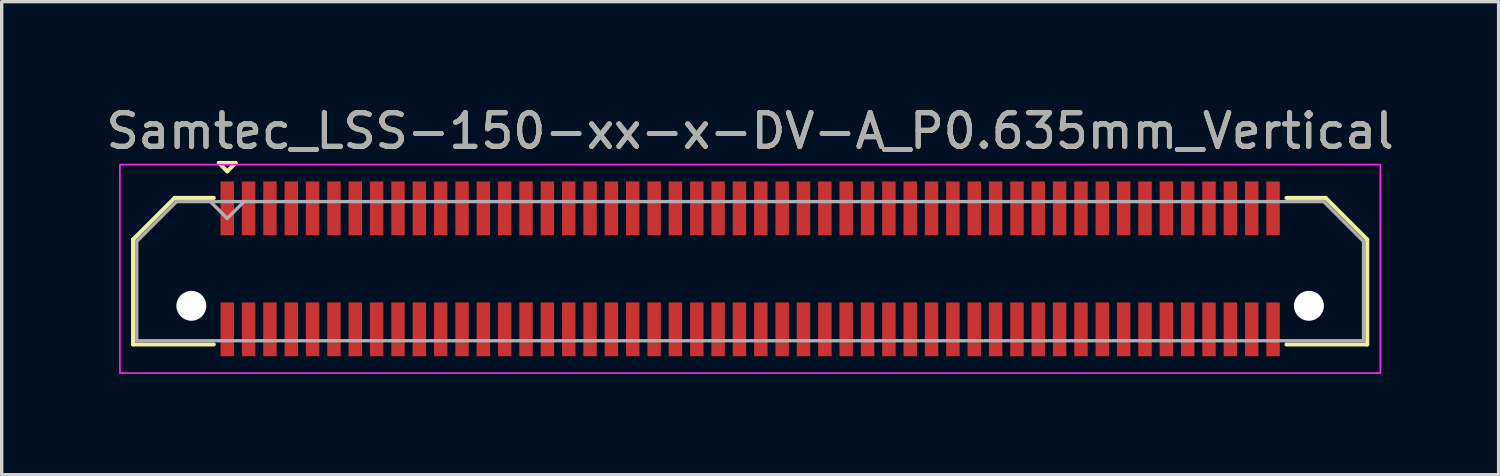
<source format=kicad_pcb>
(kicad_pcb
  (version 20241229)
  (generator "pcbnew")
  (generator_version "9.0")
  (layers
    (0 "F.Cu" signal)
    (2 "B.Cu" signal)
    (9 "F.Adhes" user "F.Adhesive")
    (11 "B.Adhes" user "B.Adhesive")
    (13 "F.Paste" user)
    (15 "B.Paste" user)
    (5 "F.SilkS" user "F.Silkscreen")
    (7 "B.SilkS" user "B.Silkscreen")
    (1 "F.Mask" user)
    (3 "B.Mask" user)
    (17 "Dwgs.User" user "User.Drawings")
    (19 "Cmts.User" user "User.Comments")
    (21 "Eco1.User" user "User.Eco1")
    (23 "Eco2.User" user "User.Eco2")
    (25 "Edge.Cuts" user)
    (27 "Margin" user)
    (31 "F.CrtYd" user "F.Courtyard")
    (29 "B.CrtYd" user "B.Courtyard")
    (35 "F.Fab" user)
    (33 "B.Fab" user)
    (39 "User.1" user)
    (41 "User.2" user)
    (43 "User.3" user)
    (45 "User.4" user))
  (footprint "Samtec_LSS-150-xx-x-DV-A_P0.635mm_Vertical"
    (layer "F.Cu")
    (at 19.268 4.948)
    (property "Reference" "Samtec_LSS-150-xx-x-DV-A_P0.635mm_Vertical" (at 0 -4.1 0) (layer "F.SilkS") (effects (font (size 1 1) (thickness 0.15))))
    (attr smd)
    (fp_line (start -18.36 -0.872) (end -18.36 2.25) (stroke (width 0.12) (type solid)) (layer "F.SilkS"))
    (fp_line (start -18.36 2.25) (end -15.957 2.25) (stroke (width 0.12) (type solid)) (layer "F.SilkS"))
    (fp_line (start -17.122 -2.11) (end -18.36 -0.872) (stroke (width 0.12) (type solid)) (layer "F.SilkS"))
    (fp_line (start -15.957 -2.11) (end -17.122 -2.11) (stroke (width 0.12) (type solid)) (layer "F.SilkS"))
    (fp_line (start -15.807 -3.15) (end -15.307 -3.15) (stroke (width 0.12) (type solid)) (layer "F.SilkS"))
    (fp_line (start -15.557 -2.9) (end -15.807 -3.15) (stroke (width 0.12) (type solid)) (layer "F.SilkS"))
    (fp_line (start -15.307 -3.15) (end -15.557 -2.9) (stroke (width 0.12) (type solid)) (layer "F.SilkS"))
    (fp_line (start 15.957 -2.11) (end 17.122 -2.11) (stroke (width 0.12) (type solid)) (layer "F.SilkS"))
    (fp_line (start 17.122 -2.11) (end 18.36 -0.872) (stroke (width 0.12) (type solid)) (layer "F.SilkS"))
    (fp_line (start 18.36 -0.872) (end 18.36 2.25) (stroke (width 0.12) (type solid)) (layer "F.SilkS"))
    (fp_line (start 18.36 2.25) (end 15.957 2.25) (stroke (width 0.12) (type solid)) (layer "F.SilkS"))
    (fp_line (start -18.75 -3.1) (end -18.75 3.1) (stroke (width 0.05) (type solid)) (layer "F.CrtYd"))
    (fp_line (start -18.75 3.1) (end 18.75 3.1) (stroke (width 0.05) (type solid)) (layer "F.CrtYd"))
    (fp_line (start 18.75 -3.1) (end -18.75 -3.1) (stroke (width 0.05) (type solid)) (layer "F.CrtYd"))
    (fp_line (start 18.75 3.1) (end 18.75 -3.1) (stroke (width 0.05) (type solid)) (layer "F.CrtYd"))
    (fp_line (start -18.25 -0.817) (end -18.25 2.14) (stroke (width 0.1) (type solid)) (layer "F.Fab"))
    (fp_line (start -18.25 2.14) (end 18.25 2.14) (stroke (width 0.1) (type solid)) (layer "F.Fab"))
    (fp_line (start -17.067 -2) (end -18.25 -0.817) (stroke (width 0.1) (type solid)) (layer "F.Fab"))
    (fp_line (start -15.557 -1.5) (end -16.058 -2) (stroke (width 0.1) (type solid)) (layer "F.Fab"))
    (fp_line (start -15.057 -2) (end -15.557 -1.5) (stroke (width 0.1) (type solid)) (layer "F.Fab"))
    (fp_line (start 17.067 -2) (end -17.067 -2) (stroke (width 0.1) (type solid)) (layer "F.Fab"))
    (fp_line (start 18.25 -0.817) (end 17.067 -2) (stroke (width 0.1) (type solid)) (layer "F.Fab"))
    (fp_line (start 18.25 2.14) (end 18.25 -0.817) (stroke (width 0.1) (type solid)) (layer "F.Fab"))
    (fp_text user "${REFERENCE}" (at 0 -4.1 0) (layer "F.Fab") (effects (font (size 1 1) (thickness 0.15))))
    (pad "" np_thru_hole circle (at -16.625 1.1) (size 0.89 0.89) (drill 0.89) (layers "*.Cu" "*.Mask"))
    (pad "" np_thru_hole circle (at 16.625 1.1) (size 0.89 0.89) (drill 0.89) (layers "*.Cu" "*.Mask"))
    (pad "1" smd rect (at -15.557 -1.8) (size 0.4 1.6) (layers "F.Cu" "F.Mask" "F.Paste"))
    (pad "2" smd rect (at -15.557 1.8) (size 0.4 1.6) (layers "F.Cu" "F.Mask" "F.Paste"))
    (pad "3" smd rect (at -14.922 -1.8) (size 0.4 1.6) (layers "F.Cu" "F.Mask" "F.Paste"))
    (pad "4" smd rect (at -14.922 1.8) (size 0.4 1.6) (layers "F.Cu" "F.Mask" "F.Paste"))
    (pad "5" smd rect (at -14.287 -1.8) (size 0.4 1.6) (layers "F.Cu" "F.Mask" "F.Paste"))
    (pad "6" smd rect (at -14.287 1.8) (size 0.4 1.6) (layers "F.Cu" "F.Mask" "F.Paste"))
    (pad "7" smd rect (at -13.652 -1.8) (size 0.4 1.6) (layers "F.Cu" "F.Mask" "F.Paste"))
    (pad "8" smd rect (at -13.652 1.8) (size 0.4 1.6) (layers "F.Cu" "F.Mask" "F.Paste"))
    (pad "9" smd rect (at -13.018 -1.8) (size 0.4 1.6) (layers "F.Cu" "F.Mask" "F.Paste"))
    (pad "10" smd rect (at -13.018 1.8) (size 0.4 1.6) (layers "F.Cu" "F.Mask" "F.Paste"))
    (pad "11" smd rect (at -12.383 -1.8) (size 0.4 1.6) (layers "F.Cu" "F.Mask" "F.Paste"))
    (pad "12" smd rect (at -12.383 1.8) (size 0.4 1.6) (layers "F.Cu" "F.Mask" "F.Paste"))
    (pad "13" smd rect (at -11.748 -1.8) (size 0.4 1.6) (layers "F.Cu" "F.Mask" "F.Paste"))
    (pad "14" smd rect (at -11.748 1.8) (size 0.4 1.6) (layers "F.Cu" "F.Mask" "F.Paste"))
    (pad "15" smd rect (at -11.113 -1.8) (size 0.4 1.6) (layers "F.Cu" "F.Mask" "F.Paste"))
    (pad "16" smd rect (at -11.113 1.8) (size 0.4 1.6) (layers "F.Cu" "F.Mask" "F.Paste"))
    (pad "17" smd rect (at -10.477 -1.8) (size 0.4 1.6) (layers "F.Cu" "F.Mask" "F.Paste"))
    (pad "18" smd rect (at -10.477 1.8) (size 0.4 1.6) (layers "F.Cu" "F.Mask" "F.Paste"))
    (pad "19" smd rect (at -9.842 -1.8) (size 0.4 1.6) (layers "F.Cu" "F.Mask" "F.Paste"))
    (pad "20" smd rect (at -9.842 1.8) (size 0.4 1.6) (layers "F.Cu" "F.Mask" "F.Paste"))
    (pad "21" smd rect (at -9.207 -1.8) (size 0.4 1.6) (layers "F.Cu" "F.Mask" "F.Paste"))
    (pad "22" smd rect (at -9.207 1.8) (size 0.4 1.6) (layers "F.Cu" "F.Mask" "F.Paste"))
    (pad "23" smd rect (at -8.572 -1.8) (size 0.4 1.6) (layers "F.Cu" "F.Mask" "F.Paste"))
    (pad "24" smd rect (at -8.572 1.8) (size 0.4 1.6) (layers "F.Cu" "F.Mask" "F.Paste"))
    (pad "25" smd rect (at -7.938 -1.8) (size 0.4 1.6) (layers "F.Cu" "F.Mask" "F.Paste"))
    (pad "26" smd rect (at -7.938 1.8) (size 0.4 1.6) (layers "F.Cu" "F.Mask" "F.Paste"))
    (pad "27" smd rect (at -7.303 -1.8) (size 0.4 1.6) (layers "F.Cu" "F.Mask" "F.Paste"))
    (pad "28" smd rect (at -7.303 1.8) (size 0.4 1.6) (layers "F.Cu" "F.Mask" "F.Paste"))
    (pad "29" smd rect (at -6.668 -1.8) (size 0.4 1.6) (layers "F.Cu" "F.Mask" "F.Paste"))
    (pad "30" smd rect (at -6.668 1.8) (size 0.4 1.6) (layers "F.Cu" "F.Mask" "F.Paste"))
    (pad "31" smd rect (at -6.032 -1.8) (size 0.4 1.6) (layers "F.Cu" "F.Mask" "F.Paste"))
    (pad "32" smd rect (at -6.032 1.8) (size 0.4 1.6) (layers "F.Cu" "F.Mask" "F.Paste"))
    (pad "33" smd rect (at -5.397 -1.8) (size 0.4 1.6) (layers "F.Cu" "F.Mask" "F.Paste"))
    (pad "34" smd rect (at -5.397 1.8) (size 0.4 1.6) (layers "F.Cu" "F.Mask" "F.Paste"))
    (pad "35" smd rect (at -4.763 -1.8) (size 0.4 1.6) (layers "F.Cu" "F.Mask" "F.Paste"))
    (pad "36" smd rect (at -4.763 1.8) (size 0.4 1.6) (layers "F.Cu" "F.Mask" "F.Paste"))
    (pad "37" smd rect (at -4.128 -1.8) (size 0.4 1.6) (layers "F.Cu" "F.Mask" "F.Paste"))
    (pad "38" smd rect (at -4.128 1.8) (size 0.4 1.6) (layers "F.Cu" "F.Mask" "F.Paste"))
    (pad "39" smd rect (at -3.493 -1.8) (size 0.4 1.6) (layers "F.Cu" "F.Mask" "F.Paste"))
    (pad "40" smd rect (at -3.493 1.8) (size 0.4 1.6) (layers "F.Cu" "F.Mask" "F.Paste"))
    (pad "41" smd rect (at -2.857 -1.8) (size 0.4 1.6) (layers "F.Cu" "F.Mask" "F.Paste"))
    (pad "42" smd rect (at -2.857 1.8) (size 0.4 1.6) (layers "F.Cu" "F.Mask" "F.Paste"))
    (pad "43" smd rect (at -2.223 -1.8) (size 0.4 1.6) (layers "F.Cu" "F.Mask" "F.Paste"))
    (pad "44" smd rect (at -2.223 1.8) (size 0.4 1.6) (layers "F.Cu" "F.Mask" "F.Paste"))
    (pad "45" smd rect (at -1.587 -1.8) (size 0.4 1.6) (layers "F.Cu" "F.Mask" "F.Paste"))
    (pad "46" smd rect (at -1.587 1.8) (size 0.4 1.6) (layers "F.Cu" "F.Mask" "F.Paste"))
    (pad "47" smd rect (at -0.953 -1.8) (size 0.4 1.6) (layers "F.Cu" "F.Mask" "F.Paste"))
    (pad "48" smd rect (at -0.953 1.8) (size 0.4 1.6) (layers "F.Cu" "F.Mask" "F.Paste"))
    (pad "49" smd rect (at -0.318 -1.8) (size 0.4 1.6) (layers "F.Cu" "F.Mask" "F.Paste"))
    (pad "50" smd rect (at -0.318 1.8) (size 0.4 1.6) (layers "F.Cu" "F.Mask" "F.Paste"))
    (pad "51" smd rect (at 0.318 -1.8) (size 0.4 1.6) (layers "F.Cu" "F.Mask" "F.Paste"))
    (pad "52" smd rect (at 0.318 1.8) (size 0.4 1.6) (layers "F.Cu" "F.Mask" "F.Paste"))
    (pad "53" smd rect (at 0.953 -1.8) (size 0.4 1.6) (layers "F.Cu" "F.Mask" "F.Paste"))
    (pad "54" smd rect (at 0.953 1.8) (size 0.4 1.6) (layers "F.Cu" "F.Mask" "F.Paste"))
    (pad "55" smd rect (at 1.587 -1.8) (size 0.4 1.6) (layers "F.Cu" "F.Mask" "F.Paste"))
    (pad "56" smd rect (at 1.587 1.8) (size 0.4 1.6) (layers "F.Cu" "F.Mask" "F.Paste"))
    (pad "57" smd rect (at 2.223 -1.8) (size 0.4 1.6) (layers "F.Cu" "F.Mask" "F.Paste"))
    (pad "58" smd rect (at 2.223 1.8) (size 0.4 1.6) (layers "F.Cu" "F.Mask" "F.Paste"))
    (pad "59" smd rect (at 2.857 -1.8) (size 0.4 1.6) (layers "F.Cu" "F.Mask" "F.Paste"))
    (pad "60" smd rect (at 2.857 1.8) (size 0.4 1.6) (layers "F.Cu" "F.Mask" "F.Paste"))
    (pad "61" smd rect (at 3.493 -1.8) (size 0.4 1.6) (layers "F.Cu" "F.Mask" "F.Paste"))
    (pad "62" smd rect (at 3.493 1.8) (size 0.4 1.6) (layers "F.Cu" "F.Mask" "F.Paste"))
    (pad "63" smd rect (at 4.128 -1.8) (size 0.4 1.6) (layers "F.Cu" "F.Mask" "F.Paste"))
    (pad "64" smd rect (at 4.128 1.8) (size 0.4 1.6) (layers "F.Cu" "F.Mask" "F.Paste"))
    (pad "65" smd rect (at 4.763 -1.8) (size 0.4 1.6) (layers "F.Cu" "F.Mask" "F.Paste"))
    (pad "66" smd rect (at 4.763 1.8) (size 0.4 1.6) (layers "F.Cu" "F.Mask" "F.Paste"))
    (pad "67" smd rect (at 5.397 -1.8) (size 0.4 1.6) (layers "F.Cu" "F.Mask" "F.Paste"))
    (pad "68" smd rect (at 5.397 1.8) (size 0.4 1.6) (layers "F.Cu" "F.Mask" "F.Paste"))
    (pad "69" smd rect (at 6.032 -1.8) (size 0.4 1.6) (layers "F.Cu" "F.Mask" "F.Paste"))
    (pad "70" smd rect (at 6.032 1.8) (size 0.4 1.6) (layers "F.Cu" "F.Mask" "F.Paste"))
    (pad "71" smd rect (at 6.668 -1.8) (size 0.4 1.6) (layers "F.Cu" "F.Mask" "F.Paste"))
    (pad "72" smd rect (at 6.668 1.8) (size 0.4 1.6) (layers "F.Cu" "F.Mask" "F.Paste"))
    (pad "73" smd rect (at 7.303 -1.8) (size 0.4 1.6) (layers "F.Cu" "F.Mask" "F.Paste"))
    (pad "74" smd rect (at 7.303 1.8) (size 0.4 1.6) (layers "F.Cu" "F.Mask" "F.Paste"))
    (pad "75" smd rect (at 7.938 -1.8) (size 0.4 1.6) (layers "F.Cu" "F.Mask" "F.Paste"))
    (pad "76" smd rect (at 7.938 1.8) (size 0.4 1.6) (layers "F.Cu" "F.Mask" "F.Paste"))
    (pad "77" smd rect (at 8.572 -1.8) (size 0.4 1.6) (layers "F.Cu" "F.Mask" "F.Paste"))
    (pad "78" smd rect (at 8.572 1.8) (size 0.4 1.6) (layers "F.Cu" "F.Mask" "F.Paste"))
    (pad "79" smd rect (at 9.207 -1.8) (size 0.4 1.6) (layers "F.Cu" "F.Mask" "F.Paste"))
    (pad "80" smd rect (at 9.207 1.8) (size 0.4 1.6) (layers "F.Cu" "F.Mask" "F.Paste"))
    (pad "81" smd rect (at 9.842 -1.8) (size 0.4 1.6) (layers "F.Cu" "F.Mask" "F.Paste"))
    (pad "82" smd rect (at 9.842 1.8) (size 0.4 1.6) (layers "F.Cu" "F.Mask" "F.Paste"))
    (pad "83" smd rect (at 10.477 -1.8) (size 0.4 1.6) (layers "F.Cu" "F.Mask" "F.Paste"))
    (pad "84" smd rect (at 10.477 1.8) (size 0.4 1.6) (layers "F.Cu" "F.Mask" "F.Paste"))
    (pad "85" smd rect (at 11.113 -1.8) (size 0.4 1.6) (layers "F.Cu" "F.Mask" "F.Paste"))
    (pad "86" smd rect (at 11.113 1.8) (size 0.4 1.6) (layers "F.Cu" "F.Mask" "F.Paste"))
    (pad "87" smd rect (at 11.748 -1.8) (size 0.4 1.6) (layers "F.Cu" "F.Mask" "F.Paste"))
    (pad "88" smd rect (at 11.748 1.8) (size 0.4 1.6) (layers "F.Cu" "F.Mask" "F.Paste"))
    (pad "89" smd rect (at 12.383 -1.8) (size 0.4 1.6) (layers "F.Cu" "F.Mask" "F.Paste"))
    (pad "90" smd rect (at 12.383 1.8) (size 0.4 1.6) (layers "F.Cu" "F.Mask" "F.Paste"))
    (pad "91" smd rect (at 13.018 -1.8) (size 0.4 1.6) (layers "F.Cu" "F.Mask" "F.Paste"))
    (pad "92" smd rect (at 13.018 1.8) (size 0.4 1.6) (layers "F.Cu" "F.Mask" "F.Paste"))
    (pad "93" smd rect (at 13.652 -1.8) (size 0.4 1.6) (layers "F.Cu" "F.Mask" "F.Paste"))
    (pad "94" smd rect (at 13.652 1.8) (size 0.4 1.6) (layers "F.Cu" "F.Mask" "F.Paste"))
    (pad "95" smd rect (at 14.287 -1.8) (size 0.4 1.6) (layers "F.Cu" "F.Mask" "F.Paste"))
    (pad "96" smd rect (at 14.287 1.8) (size 0.4 1.6) (layers "F.Cu" "F.Mask" "F.Paste"))
    (pad "97" smd rect (at 14.922 -1.8) (size 0.4 1.6) (layers "F.Cu" "F.Mask" "F.Paste"))
    (pad "98" smd rect (at 14.922 1.8) (size 0.4 1.6) (layers "F.Cu" "F.Mask" "F.Paste"))
    (pad "99" smd rect (at 15.557 -1.8) (size 0.4 1.6) (layers "F.Cu" "F.Mask" "F.Paste"))
    (pad "100" smd rect (at 15.557 1.8) (size 0.4 1.6) (layers "F.Cu" "F.Mask" "F.Paste")))
  (gr_rect
    (start -3 -3)
    (end 41.536 11.073)
    (stroke (width 0.1) (type default))
    (fill no)
    (layer "Edge.Cuts")))
</source>
